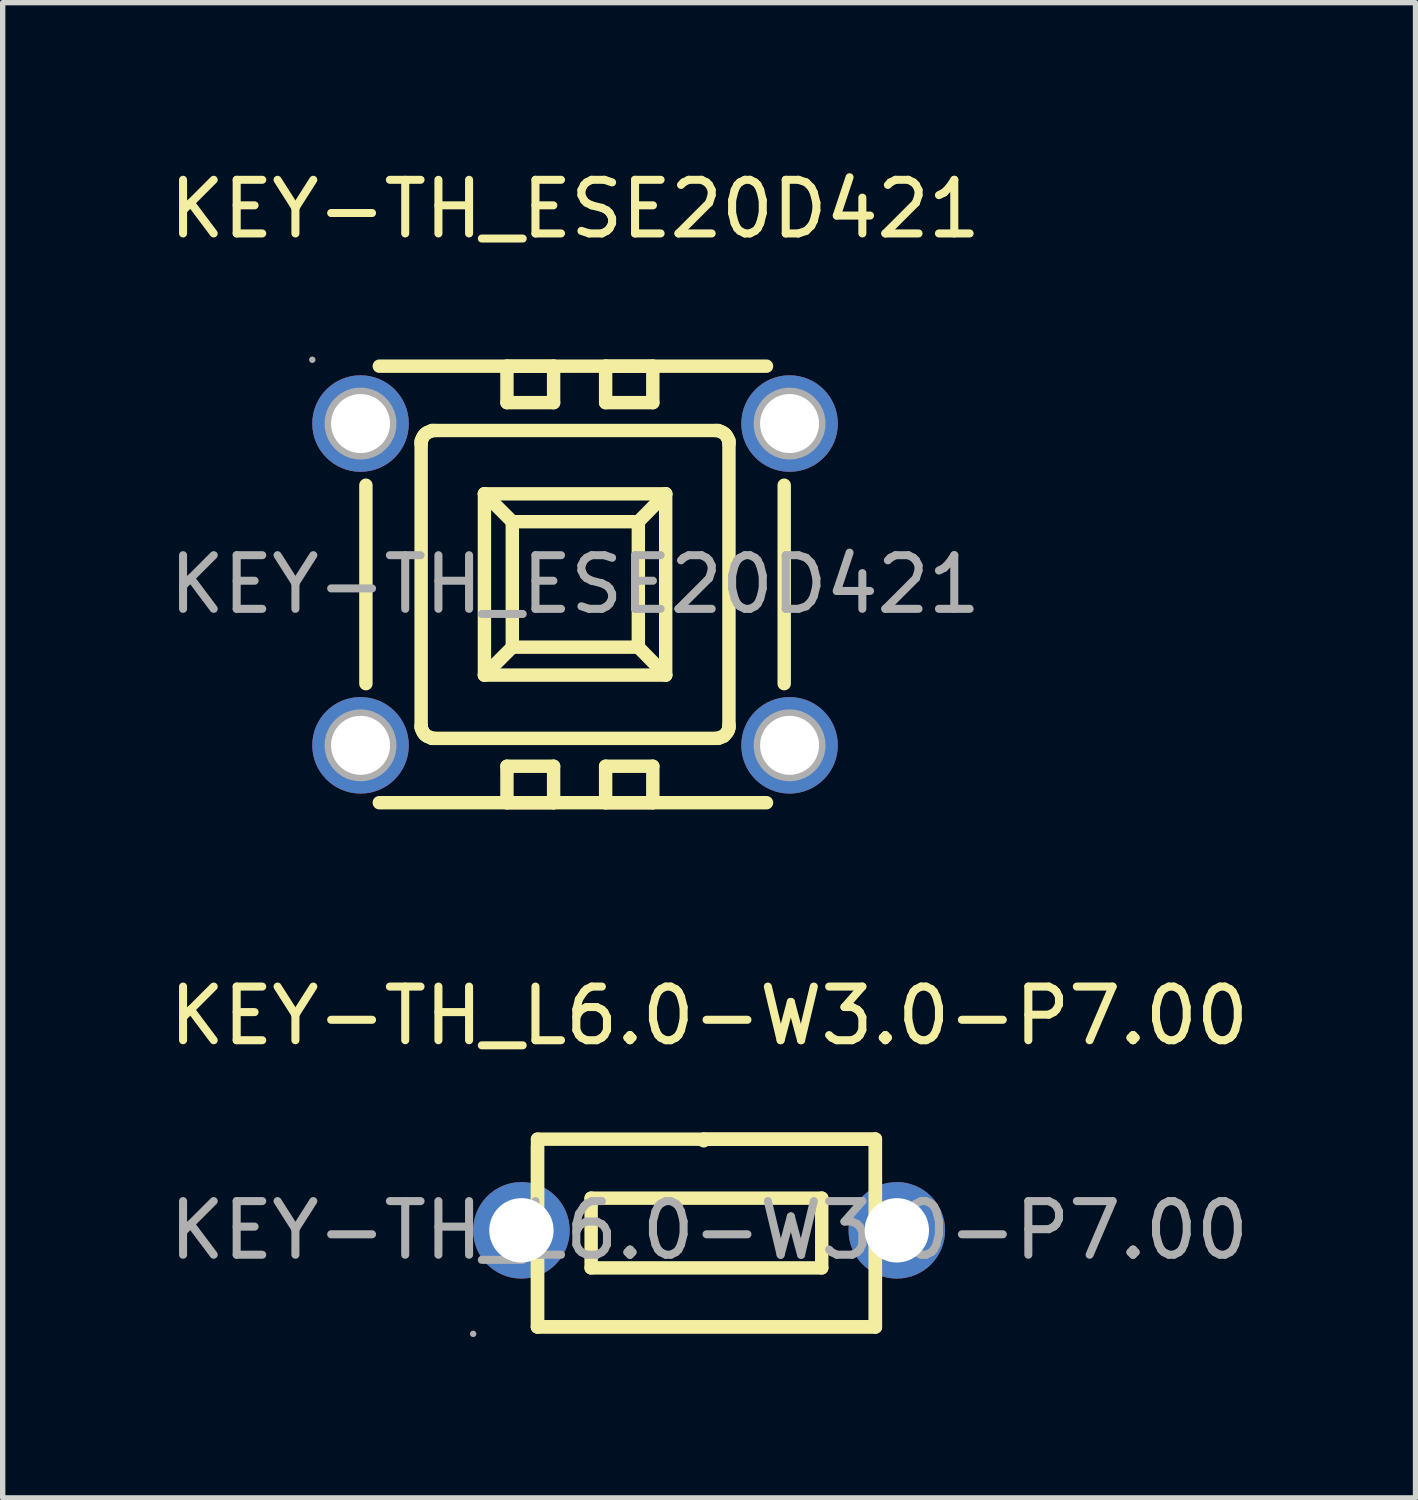
<source format=kicad_pcb>
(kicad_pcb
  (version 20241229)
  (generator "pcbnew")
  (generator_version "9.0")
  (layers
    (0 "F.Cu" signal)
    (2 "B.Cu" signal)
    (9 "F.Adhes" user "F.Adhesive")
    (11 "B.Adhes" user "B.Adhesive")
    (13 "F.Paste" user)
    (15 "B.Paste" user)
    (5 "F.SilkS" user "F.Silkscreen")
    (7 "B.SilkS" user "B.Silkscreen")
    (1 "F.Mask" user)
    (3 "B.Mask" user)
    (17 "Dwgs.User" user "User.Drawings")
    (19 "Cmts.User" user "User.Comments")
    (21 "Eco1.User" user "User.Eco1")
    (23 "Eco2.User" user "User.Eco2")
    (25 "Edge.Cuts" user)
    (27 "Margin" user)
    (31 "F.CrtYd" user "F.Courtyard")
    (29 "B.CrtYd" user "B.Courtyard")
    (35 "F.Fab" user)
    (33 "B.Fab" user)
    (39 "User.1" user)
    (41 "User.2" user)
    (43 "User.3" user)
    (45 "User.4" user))
  (footprint "KEY-TH_L6.0-W3.0-P7.00"
    (layer "F.Cu")
    (at 10.173 19.892)
    (property "Reference" "KEY-TH_L6.0-W3.0-P7.00" (at 0 -4 0) (layer "F.SilkS") (effects (font (size 1 1) (thickness 0.15))))
    (attr through_hole)
    (fp_line (start -3.2 -1.7) (end 3.1 -1.7) (stroke (width 0.25) (type solid)) (layer "F.SilkS"))
    (fp_line (start -3.2 1.8) (end -3.2 -1.7) (stroke (width 0.25) (type solid)) (layer "F.SilkS"))
    (fp_line (start -3.2 1.8) (end -3.2 -1.57) (stroke (width 0.25) (type solid)) (layer "F.SilkS"))
    (fp_line (start -2.2 -0.6) (end 2.1 -0.6) (stroke (width 0.25) (type solid)) (layer "F.SilkS"))
    (fp_line (start -2.2 -0.5) (end -2.2 -0.6) (stroke (width 0.25) (type solid)) (layer "F.SilkS"))
    (fp_line (start -2.2 0.7) (end -2.2 -0.5) (stroke (width 0.25) (type solid)) (layer "F.SilkS"))
    (fp_line (start -0.1 -1.7) (end 3.1 -1.7) (stroke (width 0.25) (type solid)) (layer "F.SilkS"))
    (fp_line (start -0.1 -1.67) (end -0.1 -1.7) (stroke (width 0.25) (type solid)) (layer "F.SilkS"))
    (fp_line (start 2.1 -0.6) (end 2.1 0.7) (stroke (width 0.25) (type solid)) (layer "F.SilkS"))
    (fp_line (start 2.1 0.7) (end -2.2 0.7) (stroke (width 0.25) (type solid)) (layer "F.SilkS"))
    (fp_line (start 3.1 -1.7) (end 3.1 1.8) (stroke (width 0.25) (type solid)) (layer "F.SilkS"))
    (fp_line (start 3.1 -1.7) (end 3.1 1.8) (stroke (width 0.25) (type solid)) (layer "F.SilkS"))
    (fp_line (start 3.1 1.8) (end -3.2 1.8) (stroke (width 0.25) (type solid)) (layer "F.SilkS"))
    (fp_line (start 3.1 1.8) (end -3.2 1.8) (stroke (width 0.25) (type solid)) (layer "F.SilkS"))
    (fp_circle (center -4.4 1.93) (end -4.37 1.93) (stroke (width 0.06) (type solid)) (fill no) (layer "F.Fab"))
    (fp_circle (center -3.5 0) (end -3.25 0) (stroke (width 0.5) (type solid)) (fill no) (layer "F.Fab"))
    (fp_circle (center 3.5 0) (end 3.75 0) (stroke (width 0.5) (type solid)) (fill no) (layer "F.Fab"))
    (fp_text user "${REFERENCE}" (at 0 0 0) (layer "F.Fab") (effects (font (size 1 1) (thickness 0.15))))
    (pad "1" thru_hole circle (at -3.5 0) (size 1.8 1.8) (drill 1.2) (layers "*.Cu" "*.Paste" "*.Mask"))
    (pad "2" thru_hole circle (at 3.5 0) (size 1.8 1.8) (drill 1.2) (layers "*.Cu" "*.Paste" "*.Mask")))
  (footprint "KEY-TH_ESE20D421"
    (layer "F.Cu")
    (at 7.673 7.848)
    (property "Reference" "KEY-TH_ESE20D421" (at 0 -7 0) (layer "F.SilkS") (effects (font (size 1 1) (thickness 0.15))))
    (attr through_hole)
    (fp_line (start -3.9 1.85) (end -3.9 -1.85) (stroke (width 0.25) (type solid)) (layer "F.SilkS"))
    (fp_line (start -3.65 -4.07) (end 3.57 -4.07) (stroke (width 0.25) (type solid)) (layer "F.SilkS"))
    (fp_line (start -2.87 -2.67) (end -2.85 -2.72) (stroke (width 0.25) (type solid)) (layer "F.SilkS"))
    (fp_line (start -2.87 -2.62) (end -2.87 -2.67) (stroke (width 0.25) (type solid)) (layer "F.SilkS"))
    (fp_line (start -2.87 2.62) (end -2.87 -2.62) (stroke (width 0.25) (type solid)) (layer "F.SilkS"))
    (fp_line (start -2.87 2.67) (end -2.87 2.63) (stroke (width 0.25) (type solid)) (layer "F.SilkS"))
    (fp_line (start -2.85 -2.72) (end -2.83 -2.76) (stroke (width 0.25) (type solid)) (layer "F.SilkS"))
    (fp_line (start -2.85 2.72) (end -2.87 2.67) (stroke (width 0.25) (type solid)) (layer "F.SilkS"))
    (fp_line (start -2.83 -2.76) (end -2.8 -2.8) (stroke (width 0.25) (type solid)) (layer "F.SilkS"))
    (fp_line (start -2.83 2.76) (end -2.85 2.72) (stroke (width 0.25) (type solid)) (layer "F.SilkS"))
    (fp_line (start -2.8 -2.8) (end -2.76 -2.83) (stroke (width 0.25) (type solid)) (layer "F.SilkS"))
    (fp_line (start -2.8 2.8) (end -2.83 2.76) (stroke (width 0.25) (type solid)) (layer "F.SilkS"))
    (fp_line (start -2.76 -2.83) (end -2.71 -2.85) (stroke (width 0.25) (type solid)) (layer "F.SilkS"))
    (fp_line (start -2.76 2.83) (end -2.8 2.8) (stroke (width 0.25) (type solid)) (layer "F.SilkS"))
    (fp_line (start -2.71 -2.85) (end -2.67 -2.87) (stroke (width 0.25) (type solid)) (layer "F.SilkS"))
    (fp_line (start -2.71 2.85) (end -2.76 2.83) (stroke (width 0.25) (type solid)) (layer "F.SilkS"))
    (fp_line (start -2.67 -2.87) (end -2.62 -2.87) (stroke (width 0.25) (type solid)) (layer "F.SilkS"))
    (fp_line (start -2.67 2.87) (end -2.71 2.85) (stroke (width 0.25) (type solid)) (layer "F.SilkS"))
    (fp_line (start -2.62 -2.87) (end 2.62 -2.87) (stroke (width 0.25) (type solid)) (layer "F.SilkS"))
    (fp_line (start -2.62 2.87) (end -2.67 2.87) (stroke (width 0.25) (type solid)) (layer "F.SilkS"))
    (fp_line (start -1.69 -1.69) (end 1.69 -1.69) (stroke (width 0.25) (type solid)) (layer "F.SilkS"))
    (fp_line (start -1.69 1.69) (end -1.69 -1.69) (stroke (width 0.25) (type solid)) (layer "F.SilkS"))
    (fp_line (start -1.69 1.69) (end -1.17 1.17) (stroke (width 0.25) (type solid)) (layer "F.SilkS"))
    (fp_line (start -1.27 -4.07) (end -0.4 -4.07) (stroke (width 0.25) (type solid)) (layer "F.SilkS"))
    (fp_line (start -1.27 -3.39) (end -1.27 -4.07) (stroke (width 0.25) (type solid)) (layer "F.SilkS"))
    (fp_line (start -1.27 3.39) (end -0.4 3.39) (stroke (width 0.25) (type solid)) (layer "F.SilkS"))
    (fp_line (start -1.27 4.07) (end -1.27 3.39) (stroke (width 0.25) (type solid)) (layer "F.SilkS"))
    (fp_line (start -1.17 -1.17) (end -1.69 -1.69) (stroke (width 0.25) (type solid)) (layer "F.SilkS"))
    (fp_line (start -1.17 -1.17) (end 1.18 -1.17) (stroke (width 0.25) (type solid)) (layer "F.SilkS"))
    (fp_line (start -1.17 1.17) (end -1.17 -1.17) (stroke (width 0.25) (type solid)) (layer "F.SilkS"))
    (fp_line (start -0.4 -4.07) (end -0.4 -3.39) (stroke (width 0.25) (type solid)) (layer "F.SilkS"))
    (fp_line (start -0.4 -3.39) (end -1.27 -3.39) (stroke (width 0.25) (type solid)) (layer "F.SilkS"))
    (fp_line (start -0.4 3.39) (end -0.4 4.07) (stroke (width 0.25) (type solid)) (layer "F.SilkS"))
    (fp_line (start -0.4 4.07) (end -1.27 4.07) (stroke (width 0.25) (type solid)) (layer "F.SilkS"))
    (fp_line (start 0.57 -4.07) (end 1.45 -4.07) (stroke (width 0.25) (type solid)) (layer "F.SilkS"))
    (fp_line (start 0.57 -3.39) (end 0.57 -4.07) (stroke (width 0.25) (type solid)) (layer "F.SilkS"))
    (fp_line (start 0.57 3.39) (end 1.45 3.39) (stroke (width 0.25) (type solid)) (layer "F.SilkS"))
    (fp_line (start 0.57 4.07) (end 0.57 3.39) (stroke (width 0.25) (type solid)) (layer "F.SilkS"))
    (fp_line (start 1.18 -1.17) (end 1.18 1.17) (stroke (width 0.25) (type solid)) (layer "F.SilkS"))
    (fp_line (start 1.18 -1.17) (end 1.69 -1.69) (stroke (width 0.25) (type solid)) (layer "F.SilkS"))
    (fp_line (start 1.18 1.17) (end -1.17 1.17) (stroke (width 0.25) (type solid)) (layer "F.SilkS"))
    (fp_line (start 1.45 -4.07) (end 1.45 -3.39) (stroke (width 0.25) (type solid)) (layer "F.SilkS"))
    (fp_line (start 1.45 -3.39) (end 0.57 -3.39) (stroke (width 0.25) (type solid)) (layer "F.SilkS"))
    (fp_line (start 1.45 3.39) (end 1.45 4.07) (stroke (width 0.25) (type solid)) (layer "F.SilkS"))
    (fp_line (start 1.45 4.07) (end 0.57 4.07) (stroke (width 0.25) (type solid)) (layer "F.SilkS"))
    (fp_line (start 1.69 -1.69) (end 1.69 1.69) (stroke (width 0.25) (type solid)) (layer "F.SilkS"))
    (fp_line (start 1.69 1.69) (end -1.69 1.69) (stroke (width 0.25) (type solid)) (layer "F.SilkS"))
    (fp_line (start 1.69 1.69) (end 1.18 1.17) (stroke (width 0.25) (type solid)) (layer "F.SilkS"))
    (fp_line (start 2.62 -2.87) (end 2.67 -2.87) (stroke (width 0.25) (type solid)) (layer "F.SilkS"))
    (fp_line (start 2.62 2.87) (end -2.62 2.87) (stroke (width 0.25) (type solid)) (layer "F.SilkS"))
    (fp_line (start 2.67 -2.87) (end 2.72 -2.85) (stroke (width 0.25) (type solid)) (layer "F.SilkS"))
    (fp_line (start 2.67 2.87) (end 2.63 2.87) (stroke (width 0.25) (type solid)) (layer "F.SilkS"))
    (fp_line (start 2.72 -2.85) (end 2.76 -2.83) (stroke (width 0.25) (type solid)) (layer "F.SilkS"))
    (fp_line (start 2.72 2.85) (end 2.67 2.87) (stroke (width 0.25) (type solid)) (layer "F.SilkS"))
    (fp_line (start 2.76 -2.83) (end 2.8 -2.8) (stroke (width 0.25) (type solid)) (layer "F.SilkS"))
    (fp_line (start 2.77 2.83) (end 2.72 2.85) (stroke (width 0.25) (type solid)) (layer "F.SilkS"))
    (fp_line (start 2.8 -2.8) (end 2.83 -2.76) (stroke (width 0.25) (type solid)) (layer "F.SilkS"))
    (fp_line (start 2.8 2.8) (end 2.77 2.83) (stroke (width 0.25) (type solid)) (layer "F.SilkS"))
    (fp_line (start 2.83 -2.76) (end 2.85 -2.72) (stroke (width 0.25) (type solid)) (layer "F.SilkS"))
    (fp_line (start 2.84 2.75) (end 2.8 2.8) (stroke (width 0.25) (type solid)) (layer "F.SilkS"))
    (fp_line (start 2.85 -2.72) (end 2.87 -2.68) (stroke (width 0.25) (type solid)) (layer "F.SilkS"))
    (fp_line (start 2.86 2.71) (end 2.84 2.75) (stroke (width 0.25) (type solid)) (layer "F.SilkS"))
    (fp_line (start 2.87 -2.68) (end 2.87 -2.62) (stroke (width 0.25) (type solid)) (layer "F.SilkS"))
    (fp_line (start 2.87 -2.62) (end 2.87 2.62) (stroke (width 0.25) (type solid)) (layer "F.SilkS"))
    (fp_line (start 2.87 2.62) (end 2.87 2.67) (stroke (width 0.25) (type solid)) (layer "F.SilkS"))
    (fp_line (start 2.87 2.67) (end 2.86 2.71) (stroke (width 0.25) (type solid)) (layer "F.SilkS"))
    (fp_line (start 3.57 4.07) (end -3.65 4.07) (stroke (width 0.25) (type solid)) (layer "F.SilkS"))
    (fp_line (start 3.9 -1.85) (end 3.9 1.85) (stroke (width 0.25) (type solid)) (layer "F.SilkS"))
    (fp_circle (center -4.9 -4.19) (end -4.87 -4.19) (stroke (width 0.06) (type solid)) (fill no) (layer "F.Fab"))
    (fp_circle (center -4 -3) (end -3.78 -3) (stroke (width 0.45) (type solid)) (fill no) (layer "F.Fab"))
    (fp_circle (center -4 3) (end -3.78 3) (stroke (width 0.45) (type solid)) (fill no) (layer "F.Fab"))
    (fp_circle (center 4 -3) (end 4.22 -3) (stroke (width 0.45) (type solid)) (fill no) (layer "F.Fab"))
    (fp_circle (center 4 3) (end 4.22 3) (stroke (width 0.45) (type solid)) (fill no) (layer "F.Fab"))
    (fp_text user "${REFERENCE}" (at 0 0 0) (layer "F.Fab") (effects (font (size 1 1) (thickness 0.15))))
    (pad "a" thru_hole circle (at -4 -3) (size 1.8 1.8) (drill 1.1) (layers "*.Cu" "*.Paste" "*.Mask"))
    (pad "b" thru_hole circle (at -4 3) (size 1.8 1.8) (drill 1.1) (layers "*.Cu" "*.Paste" "*.Mask"))
    (pad "c" thru_hole circle (at 4 -3) (size 1.8 1.8) (drill 1.1) (layers "*.Cu" "*.Paste" "*.Mask"))
    (pad "d" thru_hole circle (at 4 3) (size 1.8 1.8) (drill 1.1) (layers "*.Cu" "*.Paste" "*.Mask")))
  (gr_rect
    (start -3 -3)
    (end 23.345 24.881)
    (stroke (width 0.1) (type default))
    (fill no)
    (layer "Edge.Cuts")))
</source>
